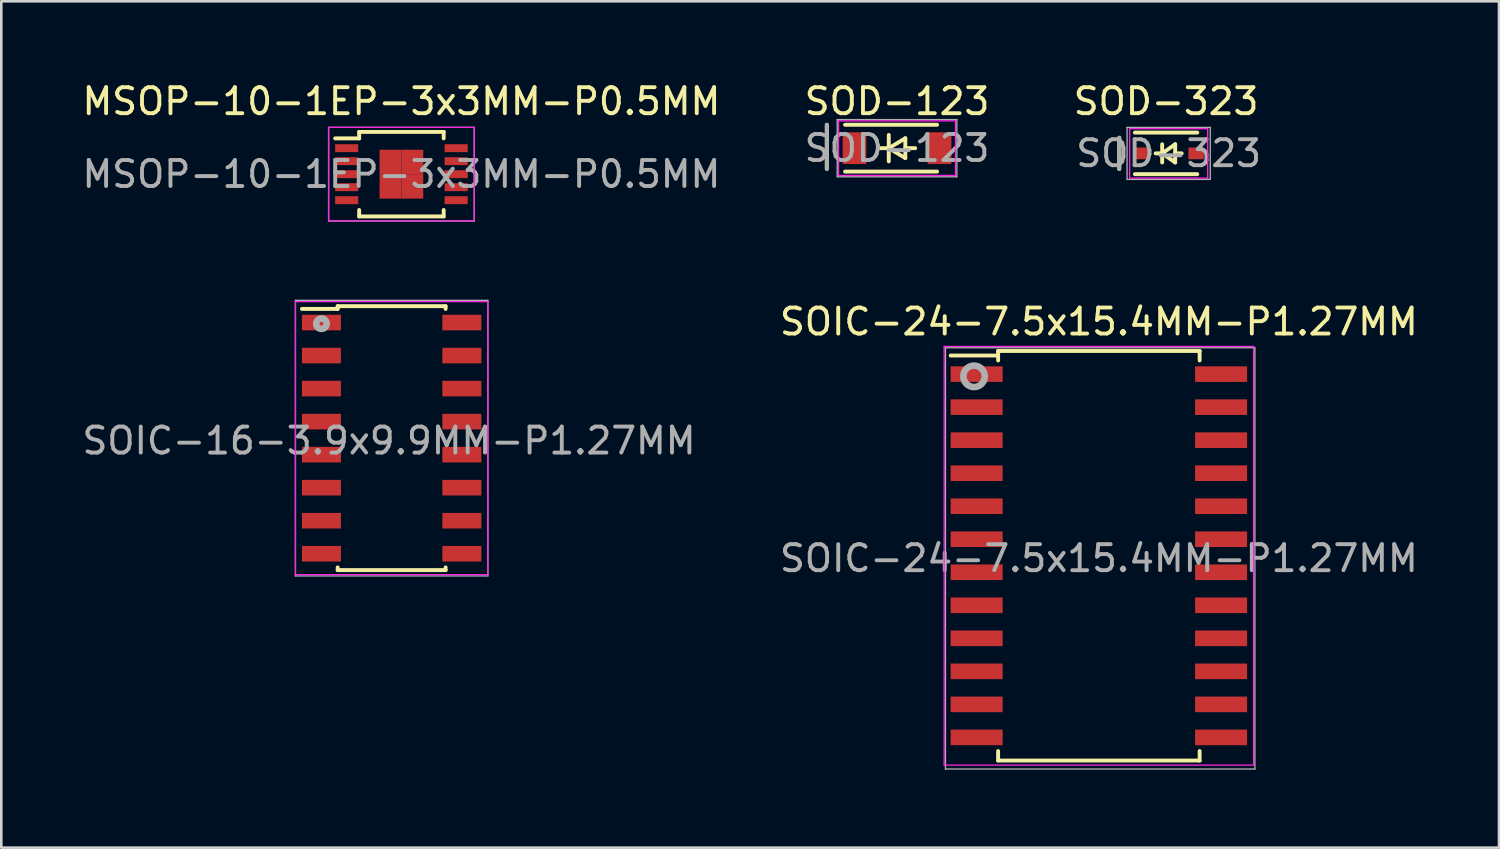
<source format=kicad_pcb>
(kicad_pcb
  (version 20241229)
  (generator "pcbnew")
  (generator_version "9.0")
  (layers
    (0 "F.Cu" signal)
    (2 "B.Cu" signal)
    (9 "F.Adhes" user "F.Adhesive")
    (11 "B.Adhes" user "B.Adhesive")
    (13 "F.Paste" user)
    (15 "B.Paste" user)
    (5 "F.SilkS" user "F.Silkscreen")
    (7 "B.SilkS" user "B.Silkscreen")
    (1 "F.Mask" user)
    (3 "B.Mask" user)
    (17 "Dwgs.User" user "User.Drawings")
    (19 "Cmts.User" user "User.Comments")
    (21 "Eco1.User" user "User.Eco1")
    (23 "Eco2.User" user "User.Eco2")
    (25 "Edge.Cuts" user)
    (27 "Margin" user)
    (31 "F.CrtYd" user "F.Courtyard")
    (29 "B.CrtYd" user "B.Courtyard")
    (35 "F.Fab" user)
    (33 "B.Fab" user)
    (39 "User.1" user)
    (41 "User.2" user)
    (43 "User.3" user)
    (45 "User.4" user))
  (footprint "SOIC-16-3.9x9.9MM-P1.27MM"
    (layer "F.Cu")
    (at 12.011 13.799)
    (property "Reference" "SOIC-16-3.9x9.9MM-P1.27MM" (at -0.1 0.1 0) (layer "F.Fab") (effects (font (size 1 1) (thickness 0.15))))
    (attr smd)
    (fp_line (start -2.075 -5.075) (end -2.075 -4.97) (stroke (width 0.15) (type solid)) (layer "F.SilkS"))
    (fp_line (start -2.075 -5.075) (end 2.075 -5.075) (stroke (width 0.15) (type solid)) (layer "F.SilkS"))
    (fp_line (start -2.075 -4.97) (end -3.45 -4.97) (stroke (width 0.15) (type solid)) (layer "F.SilkS"))
    (fp_line (start -2.075 5.075) (end -2.075 4.97) (stroke (width 0.15) (type solid)) (layer "F.SilkS"))
    (fp_line (start -2.075 5.075) (end 2.075 5.075) (stroke (width 0.15) (type solid)) (layer "F.SilkS"))
    (fp_line (start 2.075 -5.075) (end 2.075 -4.97) (stroke (width 0.15) (type solid)) (layer "F.SilkS"))
    (fp_line (start 2.075 5.075) (end 2.075 4.97) (stroke (width 0.15) (type solid)) (layer "F.SilkS"))
    (fp_line (start -3.7 -5.25) (end -3.7 5.25) (stroke (width 0.05) (type solid)) (layer "F.CrtYd"))
    (fp_line (start -3.7 -5.25) (end 3.7 -5.25) (stroke (width 0.05) (type solid)) (layer "F.CrtYd"))
    (fp_line (start -3.7 5.25) (end 3.7 5.25) (stroke (width 0.05) (type solid)) (layer "F.CrtYd"))
    (fp_line (start 3.7 -5.25) (end 3.7 5.25) (stroke (width 0.05) (type solid)) (layer "F.CrtYd"))
    (fp_line (start -3.7 -5.3) (end -3.7 5.3) (stroke (width 0.051) (type solid)) (layer "F.Fab"))
    (fp_line (start -3.7 5.3) (end 3.7 5.3) (stroke (width 0.051) (type solid)) (layer "F.Fab"))
    (fp_line (start 3.7 -5.3) (end -3.7 -5.3) (stroke (width 0.051) (type solid)) (layer "F.Fab"))
    (fp_line (start 3.7 5.3) (end 3.7 -5.3) (stroke (width 0.051) (type solid)) (layer "F.Fab"))
    (fp_circle (center -2.7 -4.4) (end -2.7 -4.2) (stroke (width 0.254) (type solid)) (fill no) (layer "F.Fab"))
    (pad "1" smd rect (at -2.7 -4.445) (size 1.5 0.6) (layers "F.Cu" "F.Mask" "F.Paste"))
    (pad "2" smd rect (at -2.7 -3.175) (size 1.5 0.6) (layers "F.Cu" "F.Mask" "F.Paste"))
    (pad "3" smd rect (at -2.7 -1.905) (size 1.5 0.6) (layers "F.Cu" "F.Mask" "F.Paste"))
    (pad "4" smd rect (at -2.7 -0.635) (size 1.5 0.6) (layers "F.Cu" "F.Mask" "F.Paste"))
    (pad "5" smd rect (at -2.7 0.635) (size 1.5 0.6) (layers "F.Cu" "F.Mask" "F.Paste"))
    (pad "6" smd rect (at -2.7 1.905) (size 1.5 0.6) (layers "F.Cu" "F.Mask" "F.Paste"))
    (pad "7" smd rect (at -2.7 3.175) (size 1.5 0.6) (layers "F.Cu" "F.Mask" "F.Paste"))
    (pad "8" smd rect (at -2.7 4.445) (size 1.5 0.6) (layers "F.Cu" "F.Mask" "F.Paste"))
    (pad "9" smd rect (at 2.7 4.445) (size 1.5 0.6) (layers "F.Cu" "F.Mask" "F.Paste"))
    (pad "10" smd rect (at 2.7 3.175) (size 1.5 0.6) (layers "F.Cu" "F.Mask" "F.Paste"))
    (pad "11" smd rect (at 2.7 1.905) (size 1.5 0.6) (layers "F.Cu" "F.Mask" "F.Paste"))
    (pad "12" smd rect (at 2.7 0.635) (size 1.5 0.6) (layers "F.Cu" "F.Mask" "F.Paste"))
    (pad "13" smd rect (at 2.7 -0.635) (size 1.5 0.6) (layers "F.Cu" "F.Mask" "F.Paste"))
    (pad "14" smd rect (at 2.7 -1.905) (size 1.5 0.6) (layers "F.Cu" "F.Mask" "F.Paste"))
    (pad "15" smd rect (at 2.7 -3.175) (size 1.5 0.6) (layers "F.Cu" "F.Mask" "F.Paste"))
    (pad "16" smd rect (at 2.7 -4.445) (size 1.5 0.6) (layers "F.Cu" "F.Mask" "F.Paste")))
  (footprint "SOIC-24-7.5x15.4MM-P1.27MM"
    (layer "F.Cu")
    (at 39.208 18.322)
    (property "Reference" "SOIC-24-7.5x15.4MM-P1.27MM" (at 0 0.1 0) (layer "F.Fab") (effects (font (size 1 1) (thickness 0.15))))
    (attr smd)
    (fp_line (start -3.875 -7.875) (end -3.875 -7.51) (stroke (width 0.15) (type solid)) (layer "F.SilkS"))
    (fp_line (start -3.875 -7.875) (end 3.875 -7.875) (stroke (width 0.15) (type solid)) (layer "F.SilkS"))
    (fp_line (start -3.875 -7.7) (end -5.7 -7.7) (stroke (width 0.15) (type solid)) (layer "F.SilkS"))
    (fp_line (start -3.875 7.875) (end -3.875 7.51) (stroke (width 0.15) (type solid)) (layer "F.SilkS"))
    (fp_line (start -3.875 7.875) (end 3.875 7.875) (stroke (width 0.15) (type solid)) (layer "F.SilkS"))
    (fp_line (start 3.875 -7.875) (end 3.875 -7.51) (stroke (width 0.15) (type solid)) (layer "F.SilkS"))
    (fp_line (start 3.875 7.875) (end 3.875 7.51) (stroke (width 0.15) (type solid)) (layer "F.SilkS"))
    (fp_line (start -5.95 -8.05) (end -5.95 8.05) (stroke (width 0.05) (type solid)) (layer "F.CrtYd"))
    (fp_line (start -5.95 -8.05) (end 5.95 -8.05) (stroke (width 0.05) (type solid)) (layer "F.CrtYd"))
    (fp_line (start -5.95 8.05) (end 5.95 8.05) (stroke (width 0.05) (type solid)) (layer "F.CrtYd"))
    (fp_line (start 5.95 -8.05) (end 5.95 8.05) (stroke (width 0.05) (type solid)) (layer "F.CrtYd"))
    (fp_line (start -5.9 -8) (end -5.9 8.2) (stroke (width 0.051) (type solid)) (layer "F.Fab"))
    (fp_line (start -5.9 8.2) (end 6 8.2) (stroke (width 0.051) (type solid)) (layer "F.Fab"))
    (fp_line (start 6 -8) (end -5.9 -8) (stroke (width 0.051) (type solid)) (layer "F.Fab"))
    (fp_line (start 6 8.2) (end 6 -8) (stroke (width 0.051) (type solid)) (layer "F.Fab"))
    (fp_circle (center -4.8 -6.9) (end -4.7 -6.5) (stroke (width 0.254) (type solid)) (fill no) (layer "F.Fab"))
    (fp_text user "${REFERENCE}" (at 0 -9 0) (layer "F.SilkS") (effects (font (size 1 1) (thickness 0.15))))
    (pad "1" smd rect (at -4.7 -6.985) (size 2 0.6) (layers "F.Cu" "F.Mask" "F.Paste"))
    (pad "2" smd rect (at -4.7 -5.715) (size 2 0.6) (layers "F.Cu" "F.Mask" "F.Paste"))
    (pad "3" smd rect (at -4.7 -4.445) (size 2 0.6) (layers "F.Cu" "F.Mask" "F.Paste"))
    (pad "4" smd rect (at -4.7 -3.175) (size 2 0.6) (layers "F.Cu" "F.Mask" "F.Paste"))
    (pad "5" smd rect (at -4.7 -1.905) (size 2 0.6) (layers "F.Cu" "F.Mask" "F.Paste"))
    (pad "6" smd rect (at -4.7 -0.635) (size 2 0.6) (layers "F.Cu" "F.Mask" "F.Paste"))
    (pad "7" smd rect (at -4.7 0.635) (size 2 0.6) (layers "F.Cu" "F.Mask" "F.Paste"))
    (pad "8" smd rect (at -4.7 1.905) (size 2 0.6) (layers "F.Cu" "F.Mask" "F.Paste"))
    (pad "9" smd rect (at -4.7 3.175) (size 2 0.6) (layers "F.Cu" "F.Mask" "F.Paste"))
    (pad "10" smd rect (at -4.7 4.445) (size 2 0.6) (layers "F.Cu" "F.Mask" "F.Paste"))
    (pad "11" smd rect (at -4.7 5.715) (size 2 0.6) (layers "F.Cu" "F.Mask" "F.Paste"))
    (pad "12" smd rect (at -4.7 6.985) (size 2 0.6) (layers "F.Cu" "F.Mask" "F.Paste"))
    (pad "13" smd rect (at 4.7 6.985) (size 2 0.6) (layers "F.Cu" "F.Mask" "F.Paste"))
    (pad "14" smd rect (at 4.7 5.715) (size 2 0.6) (layers "F.Cu" "F.Mask" "F.Paste"))
    (pad "15" smd rect (at 4.7 4.445) (size 2 0.6) (layers "F.Cu" "F.Mask" "F.Paste"))
    (pad "16" smd rect (at 4.7 3.175) (size 2 0.6) (layers "F.Cu" "F.Mask" "F.Paste"))
    (pad "17" smd rect (at 4.7 1.905) (size 2 0.6) (layers "F.Cu" "F.Mask" "F.Paste"))
    (pad "18" smd rect (at 4.7 0.635) (size 2 0.6) (layers "F.Cu" "F.Mask" "F.Paste"))
    (pad "19" smd rect (at 4.7 -0.635) (size 2 0.6) (layers "F.Cu" "F.Mask" "F.Paste"))
    (pad "20" smd rect (at 4.7 -1.905) (size 2 0.6) (layers "F.Cu" "F.Mask" "F.Paste"))
    (pad "21" smd rect (at 4.7 -3.175) (size 2 0.6) (layers "F.Cu" "F.Mask" "F.Paste"))
    (pad "22" smd rect (at 4.7 -4.445) (size 2 0.6) (layers "F.Cu" "F.Mask" "F.Paste"))
    (pad "23" smd rect (at 4.7 -5.715) (size 2 0.6) (layers "F.Cu" "F.Mask" "F.Paste"))
    (pad "24" smd rect (at 4.7 -6.985) (size 2 0.6) (layers "F.Cu" "F.Mask" "F.Paste")))
  (footprint "SOD-323"
    (layer "F.Cu")
    (at 41.892 2.848)
    (property "Reference" "SOD-323" (at 0 0 0) (layer "F.Fab") (effects (font (size 1 1) (thickness 0.15))))
    (attr smd)
    (fp_line (start -1.9 -0.6) (end -1.9 0.6) (stroke (width 0.152) (type solid)) (layer "F.SilkS"))
    (fp_line (start -1.3 -0.8) (end 1.1 -0.8) (stroke (width 0.15) (type solid)) (layer "F.SilkS"))
    (fp_line (start -1.3 0.8) (end 1.1 0.8) (stroke (width 0.15) (type solid)) (layer "F.SilkS"))
    (fp_line (start -0.25 -0.35) (end -0.25 0.35) (stroke (width 0.15) (type solid)) (layer "F.SilkS"))
    (fp_line (start -0.25 0) (end -0.5 0) (stroke (width 0.15) (type solid)) (layer "F.SilkS"))
    (fp_line (start -0.25 0) (end 0.25 -0.35) (stroke (width 0.15) (type solid)) (layer "F.SilkS"))
    (fp_line (start 0.25 -0.35) (end 0.25 0.35) (stroke (width 0.15) (type solid)) (layer "F.SilkS"))
    (fp_line (start 0.25 0) (end 0.5 0) (stroke (width 0.15) (type solid)) (layer "F.SilkS"))
    (fp_line (start 0.25 0.35) (end -0.25 0) (stroke (width 0.15) (type solid)) (layer "F.SilkS"))
    (fp_line (start -1.5 -0.95) (end -1.5 0.95) (stroke (width 0.05) (type solid)) (layer "F.CrtYd"))
    (fp_line (start -1.5 -0.95) (end 1.5 -0.95) (stroke (width 0.05) (type solid)) (layer "F.CrtYd"))
    (fp_line (start -1.5 0.95) (end 1.5 0.95) (stroke (width 0.05) (type solid)) (layer "F.CrtYd"))
    (fp_line (start 1.5 -0.95) (end 1.5 0.95) (stroke (width 0.05) (type solid)) (layer "F.CrtYd"))
    (fp_line (start -1.9 -0.6) (end -1.9 0.6) (stroke (width 0.152) (type solid)) (layer "F.Fab"))
    (fp_line (start -1.6 -1) (end -1.5 -1) (stroke (width 0.051) (type solid)) (layer "F.Fab"))
    (fp_line (start -1.6 1) (end -1.6 -1) (stroke (width 0.051) (type solid)) (layer "F.Fab"))
    (fp_line (start -1.5 -1) (end 1.6 -1) (stroke (width 0.051) (type solid)) (layer "F.Fab"))
    (fp_line (start 1.6 -1) (end 1.6 1) (stroke (width 0.051) (type solid)) (layer "F.Fab"))
    (fp_line (start 1.6 1) (end -1.6 1) (stroke (width 0.051) (type solid)) (layer "F.Fab"))
    (fp_text user "${REFERENCE}" (at -0.1 -2 0) (layer "F.SilkS") (effects (font (size 1 1) (thickness 0.15))))
    (pad "1" smd rect (at -1.055 0) (size 0.59 0.45) (layers "F.Cu" "F.Mask" "F.Paste"))
    (pad "2" smd rect (at 1.055 0) (size 0.59 0.45) (layers "F.Cu" "F.Mask" "F.Paste")))
  (footprint "MSOP-10-1EP-3x3MM-P0.5MM"
    (layer "F.Cu")
    (at 12.387 3.648)
    (property "Reference" "MSOP-10-1EP-3x3MM-P0.5MM" (at 0 0 0) (layer "F.Fab") (effects (font (size 1 1) (thickness 0.15))))
    (attr smd)
    (fp_line (start -1.625 -1.625) (end -1.625 -1.377) (stroke (width 0.15) (type solid)) (layer "F.SilkS"))
    (fp_line (start -1.625 -1.625) (end 1.625 -1.625) (stroke (width 0.15) (type solid)) (layer "F.SilkS"))
    (fp_line (start -1.625 -1.377) (end -2.55 -1.377) (stroke (width 0.15) (type solid)) (layer "F.SilkS"))
    (fp_line (start -1.625 1.625) (end -1.625 1.377) (stroke (width 0.15) (type solid)) (layer "F.SilkS"))
    (fp_line (start -1.625 1.625) (end 1.625 1.625) (stroke (width 0.15) (type solid)) (layer "F.SilkS"))
    (fp_line (start 1.625 -1.625) (end 1.625 -1.377) (stroke (width 0.15) (type solid)) (layer "F.SilkS"))
    (fp_line (start 1.625 1.625) (end 1.625 1.377) (stroke (width 0.15) (type solid)) (layer "F.SilkS"))
    (fp_line (start -2.8 -1.8) (end -2.8 1.8) (stroke (width 0.05) (type solid)) (layer "F.CrtYd"))
    (fp_line (start -2.8 -1.8) (end 2.8 -1.8) (stroke (width 0.05) (type solid)) (layer "F.CrtYd"))
    (fp_line (start -2.8 1.8) (end 2.8 1.8) (stroke (width 0.05) (type solid)) (layer "F.CrtYd"))
    (fp_line (start 2.8 -1.8) (end 2.8 1.8) (stroke (width 0.05) (type solid)) (layer "F.CrtYd"))
    (fp_line (start -2.8 -1.8) (end -2.8 1.8) (stroke (width 0.051) (type solid)) (layer "F.Fab"))
    (fp_line (start -2.8 1.8) (end 2.8 1.8) (stroke (width 0.051) (type solid)) (layer "F.Fab"))
    (fp_line (start 2.8 -1.8) (end -2.8 -1.8) (stroke (width 0.051) (type solid)) (layer "F.Fab"))
    (fp_line (start 2.8 1.8) (end 2.8 -1.8) (stroke (width 0.051) (type solid)) (layer "F.Fab"))
    (fp_text user "${REFERENCE}" (at 0 -2.8 0) (layer "F.SilkS") (effects (font (size 1 1) (thickness 0.15))))
    (pad "1" smd rect (at -2.105 -1) (size 0.89 0.305) (layers "F.Cu" "F.Mask" "F.Paste"))
    (pad "2" smd rect (at -2.105 -0.5) (size 0.89 0.305) (layers "F.Cu" "F.Mask" "F.Paste"))
    (pad "3" smd rect (at -2.105 0) (size 0.89 0.305) (layers "F.Cu" "F.Mask" "F.Paste"))
    (pad "4" smd rect (at -2.105 0.5) (size 0.89 0.305) (layers "F.Cu" "F.Mask" "F.Paste"))
    (pad "5" smd rect (at -2.105 1) (size 0.89 0.305) (layers "F.Cu" "F.Mask" "F.Paste"))
    (pad "6" smd rect (at 2.105 1) (size 0.89 0.305) (layers "F.Cu" "F.Mask" "F.Paste"))
    (pad "7" smd rect (at 2.105 0.5) (size 0.89 0.305) (layers "F.Cu" "F.Mask" "F.Paste"))
    (pad "8" smd rect (at 2.105 0) (size 0.89 0.305) (layers "F.Cu" "F.Mask" "F.Paste"))
    (pad "9" smd rect (at 2.105 -0.5) (size 0.89 0.305) (layers "F.Cu" "F.Mask" "F.Paste"))
    (pad "10" smd rect (at 2.105 -1) (size 0.89 0.305) (layers "F.Cu" "F.Mask" "F.Paste"))
    (pad "11" smd rect (at -0.42 -0.47) (size 0.84 0.94) (layers "F.Cu" "F.Mask" "F.Paste"))
    (pad "11" smd rect (at -0.42 0.47) (size 0.84 0.94) (layers "F.Cu" "F.Mask" "F.Paste"))
    (pad "11" smd rect (at 0.42 -0.47) (size 0.84 0.94) (layers "F.Cu" "F.Mask" "F.Paste"))
    (pad "11" smd rect (at 0.42 0.47) (size 0.84 0.94) (layers "F.Cu" "F.Mask" "F.Paste")))
  (footprint "SOD-123"
    (layer "F.Cu")
    (at 31.446 2.648)
    (property "Reference" "SOD-123" (at 0 0 0) (layer "F.Fab") (effects (font (size 1 1) (thickness 0.15))))
    (attr smd)
    (fp_line (start -2.7 -0.9) (end -2.7 0.8) (stroke (width 0.152) (type solid)) (layer "F.SilkS"))
    (fp_line (start -2 -0.9) (end 1.54 -0.9) (stroke (width 0.15) (type solid)) (layer "F.SilkS"))
    (fp_line (start -2 0.9) (end 1.54 0.9) (stroke (width 0.15) (type solid)) (layer "F.SilkS"))
    (fp_line (start -0.699 0) (end -0.318 0) (stroke (width 0.15) (type solid)) (layer "F.SilkS"))
    (fp_line (start -0.318 -0.508) (end -0.318 0.508) (stroke (width 0.15) (type solid)) (layer "F.SilkS"))
    (fp_line (start -0.318 0) (end 0.318 -0.381) (stroke (width 0.15) (type solid)) (layer "F.SilkS"))
    (fp_line (start 0.318 -0.381) (end 0.318 0.381) (stroke (width 0.15) (type solid)) (layer "F.SilkS"))
    (fp_line (start 0.318 0) (end 0.699 0) (stroke (width 0.15) (type solid)) (layer "F.SilkS"))
    (fp_line (start 0.318 0.381) (end -0.318 0) (stroke (width 0.15) (type solid)) (layer "F.SilkS"))
    (fp_line (start -2.25 -1.05) (end -2.25 1.05) (stroke (width 0.05) (type solid)) (layer "F.CrtYd"))
    (fp_line (start -2.25 -1.05) (end 2.25 -1.05) (stroke (width 0.05) (type solid)) (layer "F.CrtYd"))
    (fp_line (start 2.25 -1.05) (end 2.25 1.05) (stroke (width 0.05) (type solid)) (layer "F.CrtYd"))
    (fp_line (start 2.25 1.05) (end -2.25 1.05) (stroke (width 0.05) (type solid)) (layer "F.CrtYd"))
    (fp_line (start -2.7 -0.9) (end -2.7 0.8) (stroke (width 0.152) (type solid)) (layer "F.Fab"))
    (fp_line (start -2.3 -1.1) (end -2.3 1.1) (stroke (width 0.051) (type solid)) (layer "F.Fab"))
    (fp_line (start -2.3 1.1) (end 2.3 1.1) (stroke (width 0.051) (type solid)) (layer "F.Fab"))
    (fp_line (start 2.3 -1.1) (end -2.3 -1.1) (stroke (width 0.051) (type solid)) (layer "F.Fab"))
    (fp_line (start 2.3 1.1) (end 2.3 -1.1) (stroke (width 0.051) (type solid)) (layer "F.Fab"))
    (fp_text user "${REFERENCE}" (at 0 -1.8 0) (layer "F.SilkS") (effects (font (size 1 1) (thickness 0.15))))
    (pad "1" smd rect (at -1.635 0) (size 0.91 1.22) (layers "F.Cu" "F.Mask" "F.Paste"))
    (pad "2" smd rect (at 1.635 0) (size 0.91 1.22) (layers "F.Cu" "F.Mask" "F.Paste")))
  (gr_rect
    (start -3 -3)
    (end 54.595 29.547)
    (stroke (width 0.1) (type default))
    (fill no)
    (layer "Edge.Cuts")))
</source>
